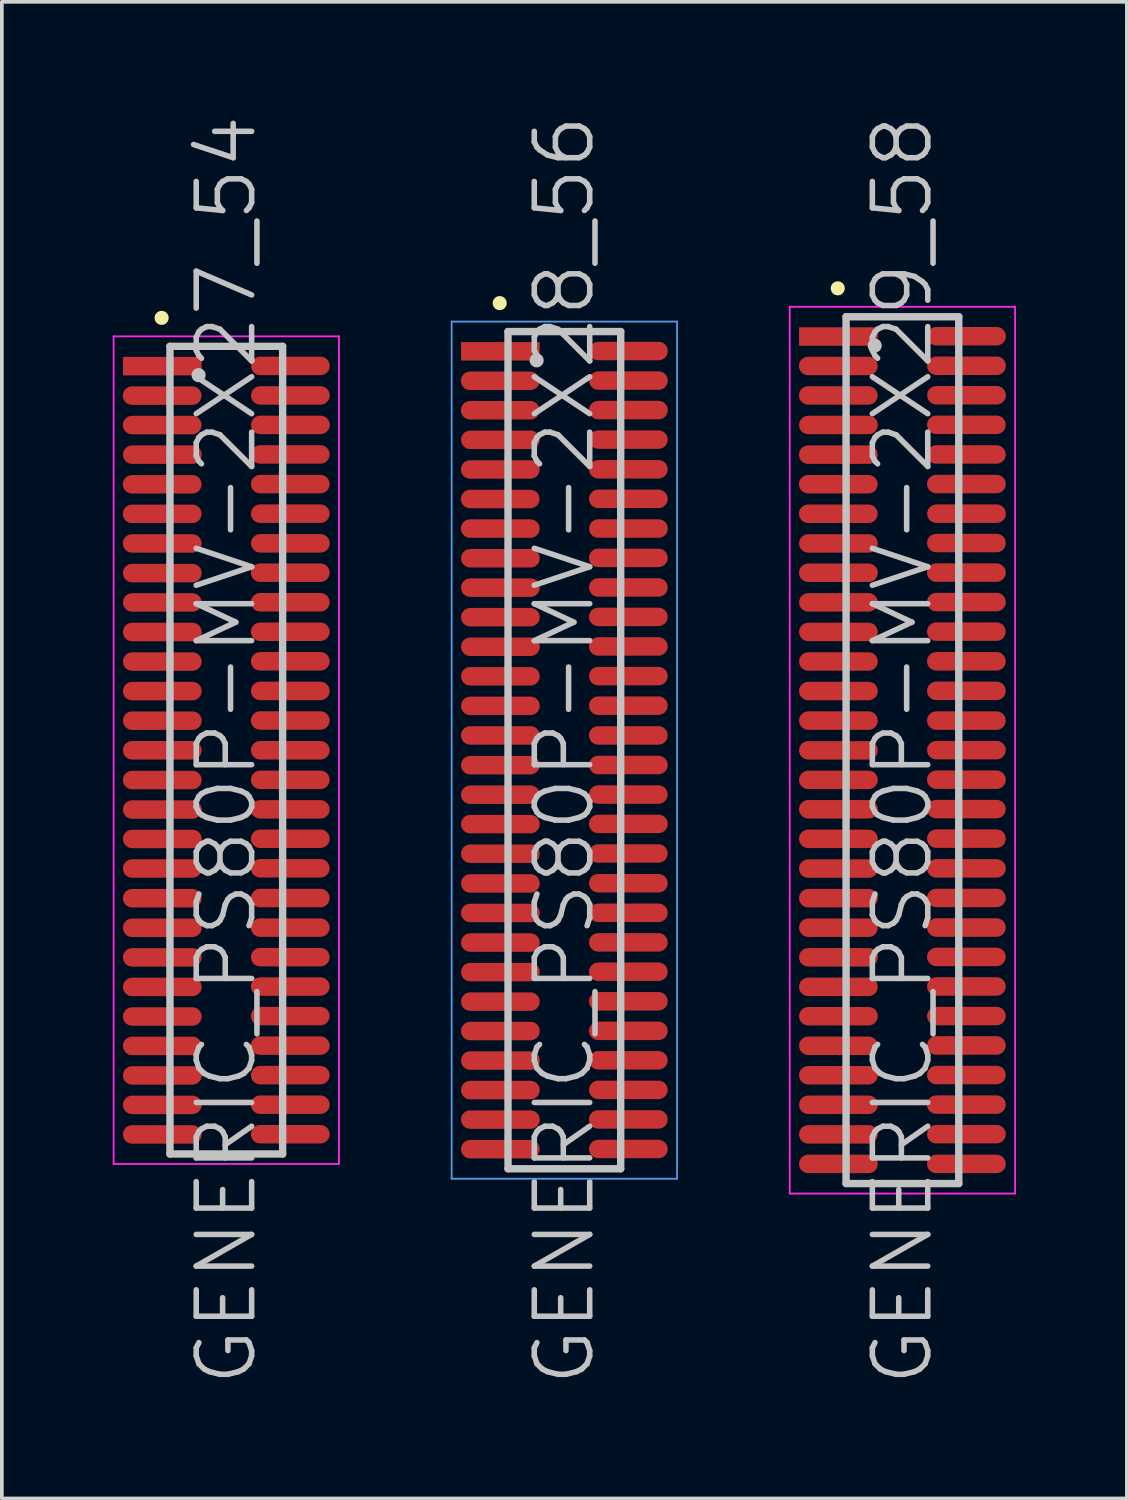
<source format=kicad_pcb>
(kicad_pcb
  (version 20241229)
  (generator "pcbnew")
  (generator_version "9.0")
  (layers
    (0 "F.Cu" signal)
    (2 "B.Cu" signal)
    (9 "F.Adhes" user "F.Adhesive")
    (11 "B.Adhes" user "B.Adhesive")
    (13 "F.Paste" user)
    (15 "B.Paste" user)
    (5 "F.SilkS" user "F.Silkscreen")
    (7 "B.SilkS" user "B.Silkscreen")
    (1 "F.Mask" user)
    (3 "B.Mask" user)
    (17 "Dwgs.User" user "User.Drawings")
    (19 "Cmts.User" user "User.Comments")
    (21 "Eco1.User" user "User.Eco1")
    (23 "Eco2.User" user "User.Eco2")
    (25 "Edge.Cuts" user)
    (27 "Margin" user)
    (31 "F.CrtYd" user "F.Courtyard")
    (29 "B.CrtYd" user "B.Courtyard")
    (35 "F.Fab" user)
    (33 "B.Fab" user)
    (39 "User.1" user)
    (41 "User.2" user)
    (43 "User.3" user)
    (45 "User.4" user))
  (footprint "GENERIC_PS80P-MV-2X29_58"
    (layer "F.Cu")
    (at 21.375 17.254)
    (property "Reference" "GENERIC_PS80P-MV-2X29_58" (at 0 0 90) (layer "Dwgs.User") (effects (font (size 1.5 1.5) (thickness 0.15))))
    (attr smd)
    (fp_line (start -1.75 -12.5) (end -1.75 -12.5) (stroke (width 0.381) (type solid)) (layer "F.SilkS"))
    (fp_line (start -1.525 -11.73) (end -1.525 11.73) (stroke (width 0.2) (type solid)) (layer "Dwgs.User"))
    (fp_line (start -1.525 -11.73) (end 1.525 -11.73) (stroke (width 0.2) (type solid)) (layer "Dwgs.User"))
    (fp_line (start -1.525 11.73) (end 1.525 11.73) (stroke (width 0.2) (type solid)) (layer "Dwgs.User"))
    (fp_line (start -0.75 -10.95) (end -0.75 -10.95) (stroke (width 0.381) (type solid)) (layer "Dwgs.User"))
    (fp_line (start 1.525 -11.73) (end 1.525 11.73) (stroke (width 0.2) (type solid)) (layer "Dwgs.User"))
    (fp_line (start -3.05 -12) (end -3.05 12) (stroke (width 0.05) (type solid)) (layer "F.CrtYd"))
    (fp_line (start -3.05 -12) (end 3.05 -12) (stroke (width 0.05) (type solid)) (layer "F.CrtYd"))
    (fp_line (start -3.05 12) (end 3.05 12) (stroke (width 0.05) (type solid)) (layer "F.CrtYd"))
    (fp_line (start 3.05 -12) (end 3.05 12) (stroke (width 0.05) (type solid)) (layer "F.CrtYd"))
    (pad "1" smd rect (at -1.732 -11.196 270) (size 0.5 2.13) (layers "F.Cu" "F.Mask" "F.Paste"))
    (pad "2" smd oval (at 1.735 -11.204 270) (size 0.5 2.13) (layers "F.Cu" "F.Mask" "F.Paste"))
    (pad "3" smd oval (at -1.735 -10.399 270) (size 0.5 2.13) (layers "F.Cu" "F.Mask" "F.Paste"))
    (pad "4" smd oval (at 1.735 -10.404 270) (size 0.5 2.13) (layers "F.Cu" "F.Mask" "F.Paste"))
    (pad "5" smd oval (at -1.735 -9.601 270) (size 0.5 2.13) (layers "F.Cu" "F.Mask" "F.Paste"))
    (pad "6" smd oval (at 1.735 -9.606 270) (size 0.5 2.13) (layers "F.Cu" "F.Mask" "F.Paste"))
    (pad "7" smd oval (at -1.732 -8.801 270) (size 0.5 2.13) (layers "F.Cu" "F.Mask" "F.Paste"))
    (pad "8" smd oval (at 1.732 -8.806 270) (size 0.5 2.13) (layers "F.Cu" "F.Mask" "F.Paste"))
    (pad "9" smd oval (at -1.735 -7.998 270) (size 0.5 2.13) (layers "F.Cu" "F.Mask" "F.Paste"))
    (pad "10" smd oval (at 1.732 -8.004 270) (size 0.5 2.13) (layers "F.Cu" "F.Mask" "F.Paste"))
    (pad "11" smd oval (at -1.735 -7.198 270) (size 0.5 2.13) (layers "F.Cu" "F.Mask" "F.Paste"))
    (pad "12" smd oval (at 1.732 -7.203 270) (size 0.5 2.13) (layers "F.Cu" "F.Mask" "F.Paste"))
    (pad "13" smd oval (at -1.735 -6.398 270) (size 0.5 2.13) (layers "F.Cu" "F.Mask" "F.Paste"))
    (pad "14" smd oval (at 1.735 -6.401 270) (size 0.5 2.13) (layers "F.Cu" "F.Mask" "F.Paste"))
    (pad "15" smd oval (at -1.732 -5.596 270) (size 0.5 2.13) (layers "F.Cu" "F.Mask" "F.Paste"))
    (pad "16" smd oval (at 1.732 -5.606 270) (size 0.5 2.13) (layers "F.Cu" "F.Mask" "F.Paste"))
    (pad "17" smd oval (at -1.732 -4.801 270) (size 0.5 2.13) (layers "F.Cu" "F.Mask" "F.Paste"))
    (pad "18" smd oval (at 1.732 -4.806 270) (size 0.5 2.13) (layers "F.Cu" "F.Mask" "F.Paste"))
    (pad "19" smd oval (at -1.732 -4 270) (size 0.5 2.13) (layers "F.Cu" "F.Mask" "F.Paste"))
    (pad "20" smd oval (at 1.732 -4.008 270) (size 0.5 2.13) (layers "F.Cu" "F.Mask" "F.Paste"))
    (pad "21" smd oval (at -1.732 -3.2 270) (size 0.5 2.13) (layers "F.Cu" "F.Mask" "F.Paste"))
    (pad "22" smd oval (at 1.732 -3.208 270) (size 0.5 2.13) (layers "F.Cu" "F.Mask" "F.Paste"))
    (pad "23" smd oval (at -1.732 -2.4 270) (size 0.5 2.13) (layers "F.Cu" "F.Mask" "F.Paste"))
    (pad "24" smd oval (at 1.732 -2.405 270) (size 0.5 2.13) (layers "F.Cu" "F.Mask" "F.Paste"))
    (pad "25" smd oval (at -1.732 -1.6 270) (size 0.5 2.13) (layers "F.Cu" "F.Mask" "F.Paste"))
    (pad "26" smd oval (at 1.732 -1.605 270) (size 0.5 2.13) (layers "F.Cu" "F.Mask" "F.Paste"))
    (pad "27" smd oval (at -1.732 -0.8 270) (size 0.5 2.13) (layers "F.Cu" "F.Mask" "F.Paste"))
    (pad "28" smd oval (at 1.732 -0.8 270) (size 0.5 2.13) (layers "F.Cu" "F.Mask" "F.Paste"))
    (pad "29" smd oval (at -1.732 0.005 270) (size 0.5 2.13) (layers "F.Cu" "F.Mask" "F.Paste"))
    (pad "30" smd oval (at 1.732 0 270) (size 0.5 2.13) (layers "F.Cu" "F.Mask" "F.Paste"))
    (pad "31" smd oval (at -1.732 0.805 270) (size 0.5 2.13) (layers "F.Cu" "F.Mask" "F.Paste"))
    (pad "32" smd oval (at 1.732 0.8 270) (size 0.5 2.13) (layers "F.Cu" "F.Mask" "F.Paste"))
    (pad "33" smd oval (at -1.732 1.6 270) (size 0.5 2.13) (layers "F.Cu" "F.Mask" "F.Paste"))
    (pad "34" smd oval (at 1.732 1.595 270) (size 0.5 2.13) (layers "F.Cu" "F.Mask" "F.Paste"))
    (pad "35" smd oval (at -1.732 2.4 270) (size 0.5 2.13) (layers "F.Cu" "F.Mask" "F.Paste"))
    (pad "36" smd oval (at 1.732 2.395 270) (size 0.5 2.13) (layers "F.Cu" "F.Mask" "F.Paste"))
    (pad "37" smd oval (at -1.732 3.205 270) (size 0.5 2.13) (layers "F.Cu" "F.Mask" "F.Paste"))
    (pad "38" smd oval (at 1.732 3.2 270) (size 0.5 2.13) (layers "F.Cu" "F.Mask" "F.Paste"))
    (pad "39" smd oval (at -1.732 4.006 270) (size 0.5 2.13) (layers "F.Cu" "F.Mask" "F.Paste"))
    (pad "40" smd oval (at 1.732 4 270) (size 0.5 2.13) (layers "F.Cu" "F.Mask" "F.Paste"))
    (pad "41" smd oval (at -1.732 4.806 270) (size 0.5 2.13) (layers "F.Cu" "F.Mask" "F.Paste"))
    (pad "42" smd oval (at 1.732 4.801 270) (size 0.5 2.13) (layers "F.Cu" "F.Mask" "F.Paste"))
    (pad "43" smd oval (at -1.732 5.606 270) (size 0.5 2.13) (layers "F.Cu" "F.Mask" "F.Paste"))
    (pad "44" smd oval (at 1.732 5.596 270) (size 0.5 2.13) (layers "F.Cu" "F.Mask" "F.Paste"))
    (pad "45" smd oval (at -1.732 6.406 270) (size 0.5 2.13) (layers "F.Cu" "F.Mask" "F.Paste"))
    (pad "46" smd oval (at 1.732 6.396 270) (size 0.5 2.13) (layers "F.Cu" "F.Mask" "F.Paste"))
    (pad "47" smd oval (at -1.732 7.201 270) (size 0.5 2.13) (layers "F.Cu" "F.Mask" "F.Paste"))
    (pad "48" smd oval (at 1.732 7.196 270) (size 0.5 2.13) (layers "F.Cu" "F.Mask" "F.Paste"))
    (pad "49" smd oval (at -1.732 8.001 270) (size 0.5 2.13) (layers "F.Cu" "F.Mask" "F.Paste"))
    (pad "50" smd oval (at 1.732 7.993 270) (size 0.5 2.13) (layers "F.Cu" "F.Mask" "F.Paste"))
    (pad "51" smd oval (at -1.732 8.799 270) (size 0.5 2.13) (layers "F.Cu" "F.Mask" "F.Paste"))
    (pad "52" smd oval (at 1.732 8.793 270) (size 0.5 2.13) (layers "F.Cu" "F.Mask" "F.Paste"))
    (pad "53" smd oval (at -1.732 9.599 270) (size 0.5 2.13) (layers "F.Cu" "F.Mask" "F.Paste"))
    (pad "54" smd oval (at 1.732 9.594 270) (size 0.5 2.13) (layers "F.Cu" "F.Mask" "F.Paste"))
    (pad "55" smd oval (at -1.732 10.399 270) (size 0.5 2.13) (layers "F.Cu" "F.Mask" "F.Paste"))
    (pad "56" smd oval (at 1.732 10.394 270) (size 0.5 2.13) (layers "F.Cu" "F.Mask" "F.Paste"))
    (pad "57" smd oval (at -1.732 11.199 270) (size 0.5 2.13) (layers "F.Cu" "F.Mask" "F.Paste"))
    (pad "58" smd oval (at 1.732 11.199 270) (size 0.5 2.13) (layers "F.Cu" "F.Mask" "F.Paste")))
  (footprint "GENERIC_PS80P-MV-2X28_56"
    (layer "F.Cu")
    (at 12.225 17.254)
    (property "Reference" "GENERIC_PS80P-MV-2X28_56" (at 0 0 90) (layer "Dwgs.User") (effects (font (size 1.5 1.5) (thickness 0.15))))
    (attr smd)
    (fp_line (start -1.75 -12.1) (end -1.75 -12.1) (stroke (width 0.381) (type solid)) (layer "F.SilkS"))
    (fp_line (start -1.525 -11.33) (end -1.525 11.33) (stroke (width 0.2) (type solid)) (layer "Dwgs.User"))
    (fp_line (start -1.525 -11.33) (end 1.525 -11.33) (stroke (width 0.2) (type solid)) (layer "Dwgs.User"))
    (fp_line (start -1.525 11.33) (end 1.525 11.33) (stroke (width 0.2) (type solid)) (layer "Dwgs.User"))
    (fp_line (start -0.75 -10.55) (end -0.75 -10.55) (stroke (width 0.381) (type solid)) (layer "Dwgs.User"))
    (fp_line (start 1.525 -11.33) (end 1.525 11.33) (stroke (width 0.2) (type solid)) (layer "Dwgs.User"))
    (fp_line (start -3.05 -11.6) (end -3.05 11.6) (stroke (width 0.05) (type solid)) (layer "Cmts.User"))
    (fp_line (start -3.05 -11.6) (end 3.05 -11.6) (stroke (width 0.05) (type solid)) (layer "Cmts.User"))
    (fp_line (start -3.05 11.6) (end 3.05 11.6) (stroke (width 0.05) (type solid)) (layer "Cmts.User"))
    (fp_line (start 3.05 -11.6) (end 3.05 11.6) (stroke (width 0.05) (type solid)) (layer "Cmts.User"))
    (pad "1" smd rect (at -1.732 -10.795 270) (size 0.5 2.13) (layers "F.Cu" "F.Mask" "F.Paste"))
    (pad "2" smd oval (at 1.735 -10.803 270) (size 0.5 2.13) (layers "F.Cu" "F.Mask" "F.Paste"))
    (pad "3" smd oval (at -1.735 -9.997 270) (size 0.5 2.13) (layers "F.Cu" "F.Mask" "F.Paste"))
    (pad "4" smd oval (at 1.735 -10.003 270) (size 0.5 2.13) (layers "F.Cu" "F.Mask" "F.Paste"))
    (pad "5" smd oval (at -1.735 -9.2 270) (size 0.5 2.13) (layers "F.Cu" "F.Mask" "F.Paste"))
    (pad "6" smd oval (at 1.735 -9.205 270) (size 0.5 2.13) (layers "F.Cu" "F.Mask" "F.Paste"))
    (pad "7" smd oval (at -1.732 -8.4 270) (size 0.5 2.13) (layers "F.Cu" "F.Mask" "F.Paste"))
    (pad "8" smd oval (at 1.732 -8.405 270) (size 0.5 2.13) (layers "F.Cu" "F.Mask" "F.Paste"))
    (pad "9" smd oval (at -1.735 -7.597 270) (size 0.5 2.13) (layers "F.Cu" "F.Mask" "F.Paste"))
    (pad "10" smd oval (at 1.732 -7.602 270) (size 0.5 2.13) (layers "F.Cu" "F.Mask" "F.Paste"))
    (pad "11" smd oval (at -1.735 -6.797 270) (size 0.5 2.13) (layers "F.Cu" "F.Mask" "F.Paste"))
    (pad "12" smd oval (at 1.732 -6.802 270) (size 0.5 2.13) (layers "F.Cu" "F.Mask" "F.Paste"))
    (pad "13" smd oval (at -1.735 -5.997 270) (size 0.5 2.13) (layers "F.Cu" "F.Mask" "F.Paste"))
    (pad "14" smd oval (at 1.735 -5.999 270) (size 0.5 2.13) (layers "F.Cu" "F.Mask" "F.Paste"))
    (pad "15" smd oval (at -1.732 -5.194 270) (size 0.5 2.13) (layers "F.Cu" "F.Mask" "F.Paste"))
    (pad "16" smd oval (at 1.732 -5.204 270) (size 0.5 2.13) (layers "F.Cu" "F.Mask" "F.Paste"))
    (pad "17" smd oval (at -1.732 -4.399 270) (size 0.5 2.13) (layers "F.Cu" "F.Mask" "F.Paste"))
    (pad "18" smd oval (at 1.732 -4.404 270) (size 0.5 2.13) (layers "F.Cu" "F.Mask" "F.Paste"))
    (pad "19" smd oval (at -1.732 -3.599 270) (size 0.5 2.13) (layers "F.Cu" "F.Mask" "F.Paste"))
    (pad "20" smd oval (at 1.732 -3.607 270) (size 0.5 2.13) (layers "F.Cu" "F.Mask" "F.Paste"))
    (pad "21" smd oval (at -1.732 -2.799 270) (size 0.5 2.13) (layers "F.Cu" "F.Mask" "F.Paste"))
    (pad "22" smd oval (at 1.732 -2.807 270) (size 0.5 2.13) (layers "F.Cu" "F.Mask" "F.Paste"))
    (pad "23" smd oval (at -1.732 -1.999 270) (size 0.5 2.13) (layers "F.Cu" "F.Mask" "F.Paste"))
    (pad "24" smd oval (at 1.732 -2.004 270) (size 0.5 2.13) (layers "F.Cu" "F.Mask" "F.Paste"))
    (pad "25" smd oval (at -1.732 -1.199 270) (size 0.5 2.13) (layers "F.Cu" "F.Mask" "F.Paste"))
    (pad "26" smd oval (at 1.732 -1.204 270) (size 0.5 2.13) (layers "F.Cu" "F.Mask" "F.Paste"))
    (pad "27" smd oval (at -1.732 -0.399 270) (size 0.5 2.13) (layers "F.Cu" "F.Mask" "F.Paste"))
    (pad "28" smd oval (at 1.732 -0.399 270) (size 0.5 2.13) (layers "F.Cu" "F.Mask" "F.Paste"))
    (pad "29" smd oval (at -1.732 0.406 270) (size 0.5 2.13) (layers "F.Cu" "F.Mask" "F.Paste"))
    (pad "30" smd oval (at 1.732 0.401 270) (size 0.5 2.13) (layers "F.Cu" "F.Mask" "F.Paste"))
    (pad "31" smd oval (at -1.732 1.206 270) (size 0.5 2.13) (layers "F.Cu" "F.Mask" "F.Paste"))
    (pad "32" smd oval (at 1.732 1.201 270) (size 0.5 2.13) (layers "F.Cu" "F.Mask" "F.Paste"))
    (pad "33" smd oval (at -1.732 2.002 270) (size 0.5 2.13) (layers "F.Cu" "F.Mask" "F.Paste"))
    (pad "34" smd oval (at 1.732 1.996 270) (size 0.5 2.13) (layers "F.Cu" "F.Mask" "F.Paste"))
    (pad "35" smd oval (at -1.732 2.802 270) (size 0.5 2.13) (layers "F.Cu" "F.Mask" "F.Paste"))
    (pad "36" smd oval (at 1.732 2.797 270) (size 0.5 2.13) (layers "F.Cu" "F.Mask" "F.Paste"))
    (pad "37" smd oval (at -1.732 3.607 270) (size 0.5 2.13) (layers "F.Cu" "F.Mask" "F.Paste"))
    (pad "38" smd oval (at 1.732 3.602 270) (size 0.5 2.13) (layers "F.Cu" "F.Mask" "F.Paste"))
    (pad "39" smd oval (at -1.732 4.407 270) (size 0.5 2.13) (layers "F.Cu" "F.Mask" "F.Paste"))
    (pad "40" smd oval (at 1.732 4.402 270) (size 0.5 2.13) (layers "F.Cu" "F.Mask" "F.Paste"))
    (pad "41" smd oval (at -1.732 5.207 270) (size 0.5 2.13) (layers "F.Cu" "F.Mask" "F.Paste"))
    (pad "42" smd oval (at 1.732 5.202 270) (size 0.5 2.13) (layers "F.Cu" "F.Mask" "F.Paste"))
    (pad "43" smd oval (at -1.732 6.007 270) (size 0.5 2.13) (layers "F.Cu" "F.Mask" "F.Paste"))
    (pad "44" smd oval (at 1.732 5.997 270) (size 0.5 2.13) (layers "F.Cu" "F.Mask" "F.Paste"))
    (pad "45" smd oval (at -1.732 6.807 270) (size 0.5 2.13) (layers "F.Cu" "F.Mask" "F.Paste"))
    (pad "46" smd oval (at 1.732 6.797 270) (size 0.5 2.13) (layers "F.Cu" "F.Mask" "F.Paste"))
    (pad "47" smd oval (at -1.732 7.602 270) (size 0.5 2.13) (layers "F.Cu" "F.Mask" "F.Paste"))
    (pad "48" smd oval (at 1.732 7.597 270) (size 0.5 2.13) (layers "F.Cu" "F.Mask" "F.Paste"))
    (pad "49" smd oval (at -1.732 8.402 270) (size 0.5 2.13) (layers "F.Cu" "F.Mask" "F.Paste"))
    (pad "50" smd oval (at 1.732 8.395 270) (size 0.5 2.13) (layers "F.Cu" "F.Mask" "F.Paste"))
    (pad "51" smd oval (at -1.732 9.2 270) (size 0.5 2.13) (layers "F.Cu" "F.Mask" "F.Paste"))
    (pad "52" smd oval (at 1.732 9.195 270) (size 0.5 2.13) (layers "F.Cu" "F.Mask" "F.Paste"))
    (pad "53" smd oval (at -1.732 10 270) (size 0.5 2.13) (layers "F.Cu" "F.Mask" "F.Paste"))
    (pad "54" smd oval (at 1.732 9.995 270) (size 0.5 2.13) (layers "F.Cu" "F.Mask" "F.Paste"))
    (pad "55" smd oval (at -1.732 10.8 270) (size 0.5 2.13) (layers "F.Cu" "F.Mask" "F.Paste"))
    (pad "56" smd oval (at 1.732 10.795 270) (size 0.5 2.13) (layers "F.Cu" "F.Mask" "F.Paste")))
  (footprint "GENERIC_PS80P-MV-2X27_54"
    (layer "F.Cu")
    (at 3.075 17.254)
    (property "Reference" "GENERIC_PS80P-MV-2X27_54" (at 0 0 90) (layer "Dwgs.User") (effects (font (size 1.5 1.5) (thickness 0.15))))
    (attr smd)
    (fp_line (start -1.75 -11.7) (end -1.75 -11.7) (stroke (width 0.381) (type solid)) (layer "F.SilkS"))
    (fp_line (start -1.525 -10.93) (end -1.525 10.93) (stroke (width 0.2) (type solid)) (layer "Dwgs.User"))
    (fp_line (start -1.525 -10.93) (end 1.525 -10.93) (stroke (width 0.2) (type solid)) (layer "Dwgs.User"))
    (fp_line (start -1.525 10.93) (end 1.525 10.93) (stroke (width 0.2) (type solid)) (layer "Dwgs.User"))
    (fp_line (start -0.75 -10.15) (end -0.75 -10.15) (stroke (width 0.381) (type solid)) (layer "Dwgs.User"))
    (fp_line (start 1.525 -10.93) (end 1.525 10.93) (stroke (width 0.2) (type solid)) (layer "Dwgs.User"))
    (fp_line (start -3.05 -11.2) (end -3.05 11.2) (stroke (width 0.05) (type solid)) (layer "F.CrtYd"))
    (fp_line (start -3.05 -11.2) (end 3.05 -11.2) (stroke (width 0.05) (type solid)) (layer "F.CrtYd"))
    (fp_line (start -3.05 11.2) (end 3.05 11.2) (stroke (width 0.05) (type solid)) (layer "F.CrtYd"))
    (fp_line (start 3.05 -11.2) (end 3.05 11.2) (stroke (width 0.05) (type solid)) (layer "F.CrtYd"))
    (pad "1" smd rect (at -1.732 -10.394 270) (size 0.5 2.13) (layers "F.Cu" "F.Mask" "F.Paste"))
    (pad "2" smd oval (at 1.735 -10.401 270) (size 0.5 2.13) (layers "F.Cu" "F.Mask" "F.Paste"))
    (pad "3" smd oval (at -1.735 -9.596 270) (size 0.5 2.13) (layers "F.Cu" "F.Mask" "F.Paste"))
    (pad "4" smd oval (at 1.735 -9.601 270) (size 0.5 2.13) (layers "F.Cu" "F.Mask" "F.Paste"))
    (pad "5" smd oval (at -1.735 -8.799 270) (size 0.5 2.13) (layers "F.Cu" "F.Mask" "F.Paste"))
    (pad "6" smd oval (at 1.735 -8.804 270) (size 0.5 2.13) (layers "F.Cu" "F.Mask" "F.Paste"))
    (pad "7" smd oval (at -1.732 -7.998 270) (size 0.5 2.13) (layers "F.Cu" "F.Mask" "F.Paste"))
    (pad "8" smd oval (at 1.732 -8.004 270) (size 0.5 2.13) (layers "F.Cu" "F.Mask" "F.Paste"))
    (pad "9" smd oval (at -1.735 -7.196 270) (size 0.5 2.13) (layers "F.Cu" "F.Mask" "F.Paste"))
    (pad "10" smd oval (at 1.732 -7.201 270) (size 0.5 2.13) (layers "F.Cu" "F.Mask" "F.Paste"))
    (pad "11" smd oval (at -1.735 -6.396 270) (size 0.5 2.13) (layers "F.Cu" "F.Mask" "F.Paste"))
    (pad "12" smd oval (at 1.732 -6.401 270) (size 0.5 2.13) (layers "F.Cu" "F.Mask" "F.Paste"))
    (pad "13" smd oval (at -1.735 -5.596 270) (size 0.5 2.13) (layers "F.Cu" "F.Mask" "F.Paste"))
    (pad "14" smd oval (at 1.735 -5.598 270) (size 0.5 2.13) (layers "F.Cu" "F.Mask" "F.Paste"))
    (pad "15" smd oval (at -1.732 -4.793 270) (size 0.5 2.13) (layers "F.Cu" "F.Mask" "F.Paste"))
    (pad "16" smd oval (at 1.732 -4.803 270) (size 0.5 2.13) (layers "F.Cu" "F.Mask" "F.Paste"))
    (pad "17" smd oval (at -1.732 -3.998 270) (size 0.5 2.13) (layers "F.Cu" "F.Mask" "F.Paste"))
    (pad "18" smd oval (at 1.732 -4.003 270) (size 0.5 2.13) (layers "F.Cu" "F.Mask" "F.Paste"))
    (pad "19" smd oval (at -1.732 -3.198 270) (size 0.5 2.13) (layers "F.Cu" "F.Mask" "F.Paste"))
    (pad "20" smd oval (at 1.732 -3.205 270) (size 0.5 2.13) (layers "F.Cu" "F.Mask" "F.Paste"))
    (pad "21" smd oval (at -1.732 -2.398 270) (size 0.5 2.13) (layers "F.Cu" "F.Mask" "F.Paste"))
    (pad "22" smd oval (at 1.732 -2.405 270) (size 0.5 2.13) (layers "F.Cu" "F.Mask" "F.Paste"))
    (pad "23" smd oval (at -1.732 -1.598 270) (size 0.5 2.13) (layers "F.Cu" "F.Mask" "F.Paste"))
    (pad "24" smd oval (at 1.732 -1.603 270) (size 0.5 2.13) (layers "F.Cu" "F.Mask" "F.Paste"))
    (pad "25" smd oval (at -1.732 -0.798 270) (size 0.5 2.13) (layers "F.Cu" "F.Mask" "F.Paste"))
    (pad "26" smd oval (at 1.732 -0.803 270) (size 0.5 2.13) (layers "F.Cu" "F.Mask" "F.Paste"))
    (pad "27" smd oval (at -1.732 0.003 270) (size 0.5 2.13) (layers "F.Cu" "F.Mask" "F.Paste"))
    (pad "28" smd oval (at 1.732 0.003 270) (size 0.5 2.13) (layers "F.Cu" "F.Mask" "F.Paste"))
    (pad "29" smd oval (at -1.732 0.808 270) (size 0.5 2.13) (layers "F.Cu" "F.Mask" "F.Paste"))
    (pad "30" smd oval (at 1.732 0.803 270) (size 0.5 2.13) (layers "F.Cu" "F.Mask" "F.Paste"))
    (pad "31" smd oval (at -1.732 1.608 270) (size 0.5 2.13) (layers "F.Cu" "F.Mask" "F.Paste"))
    (pad "32" smd oval (at 1.732 1.603 270) (size 0.5 2.13) (layers "F.Cu" "F.Mask" "F.Paste"))
    (pad "33" smd oval (at -1.732 2.403 270) (size 0.5 2.13) (layers "F.Cu" "F.Mask" "F.Paste"))
    (pad "34" smd oval (at 1.732 2.398 270) (size 0.5 2.13) (layers "F.Cu" "F.Mask" "F.Paste"))
    (pad "35" smd oval (at -1.732 3.203 270) (size 0.5 2.13) (layers "F.Cu" "F.Mask" "F.Paste"))
    (pad "36" smd oval (at 1.732 3.198 270) (size 0.5 2.13) (layers "F.Cu" "F.Mask" "F.Paste"))
    (pad "37" smd oval (at -1.732 4.008 270) (size 0.5 2.13) (layers "F.Cu" "F.Mask" "F.Paste"))
    (pad "38" smd oval (at 1.732 4.003 270) (size 0.5 2.13) (layers "F.Cu" "F.Mask" "F.Paste"))
    (pad "39" smd oval (at -1.732 4.808 270) (size 0.5 2.13) (layers "F.Cu" "F.Mask" "F.Paste"))
    (pad "40" smd oval (at 1.732 4.803 270) (size 0.5 2.13) (layers "F.Cu" "F.Mask" "F.Paste"))
    (pad "41" smd oval (at -1.732 5.608 270) (size 0.5 2.13) (layers "F.Cu" "F.Mask" "F.Paste"))
    (pad "42" smd oval (at 1.732 5.603 270) (size 0.5 2.13) (layers "F.Cu" "F.Mask" "F.Paste"))
    (pad "43" smd oval (at -1.732 6.408 270) (size 0.5 2.13) (layers "F.Cu" "F.Mask" "F.Paste"))
    (pad "44" smd oval (at 1.732 6.398 270) (size 0.5 2.13) (layers "F.Cu" "F.Mask" "F.Paste"))
    (pad "45" smd oval (at -1.732 7.209 270) (size 0.5 2.13) (layers "F.Cu" "F.Mask" "F.Paste"))
    (pad "46" smd oval (at 1.732 7.198 270) (size 0.5 2.13) (layers "F.Cu" "F.Mask" "F.Paste"))
    (pad "47" smd oval (at -1.732 8.004 270) (size 0.5 2.13) (layers "F.Cu" "F.Mask" "F.Paste"))
    (pad "48" smd oval (at 1.732 7.998 270) (size 0.5 2.13) (layers "F.Cu" "F.Mask" "F.Paste"))
    (pad "49" smd oval (at -1.732 8.804 270) (size 0.5 2.13) (layers "F.Cu" "F.Mask" "F.Paste"))
    (pad "50" smd oval (at 1.732 8.796 270) (size 0.5 2.13) (layers "F.Cu" "F.Mask" "F.Paste"))
    (pad "51" smd oval (at -1.732 9.601 270) (size 0.5 2.13) (layers "F.Cu" "F.Mask" "F.Paste"))
    (pad "52" smd oval (at 1.732 9.596 270) (size 0.5 2.13) (layers "F.Cu" "F.Mask" "F.Paste"))
    (pad "53" smd oval (at -1.732 10.401 270) (size 0.5 2.13) (layers "F.Cu" "F.Mask" "F.Paste"))
    (pad "54" smd oval (at 1.732 10.396 270) (size 0.5 2.13) (layers "F.Cu" "F.Mask" "F.Paste")))
  (gr_rect
    (start -3 -3)
    (end 27.45 37.507)
    (stroke (width 0.1) (type default))
    (fill no)
    (layer "Edge.Cuts")))
</source>
